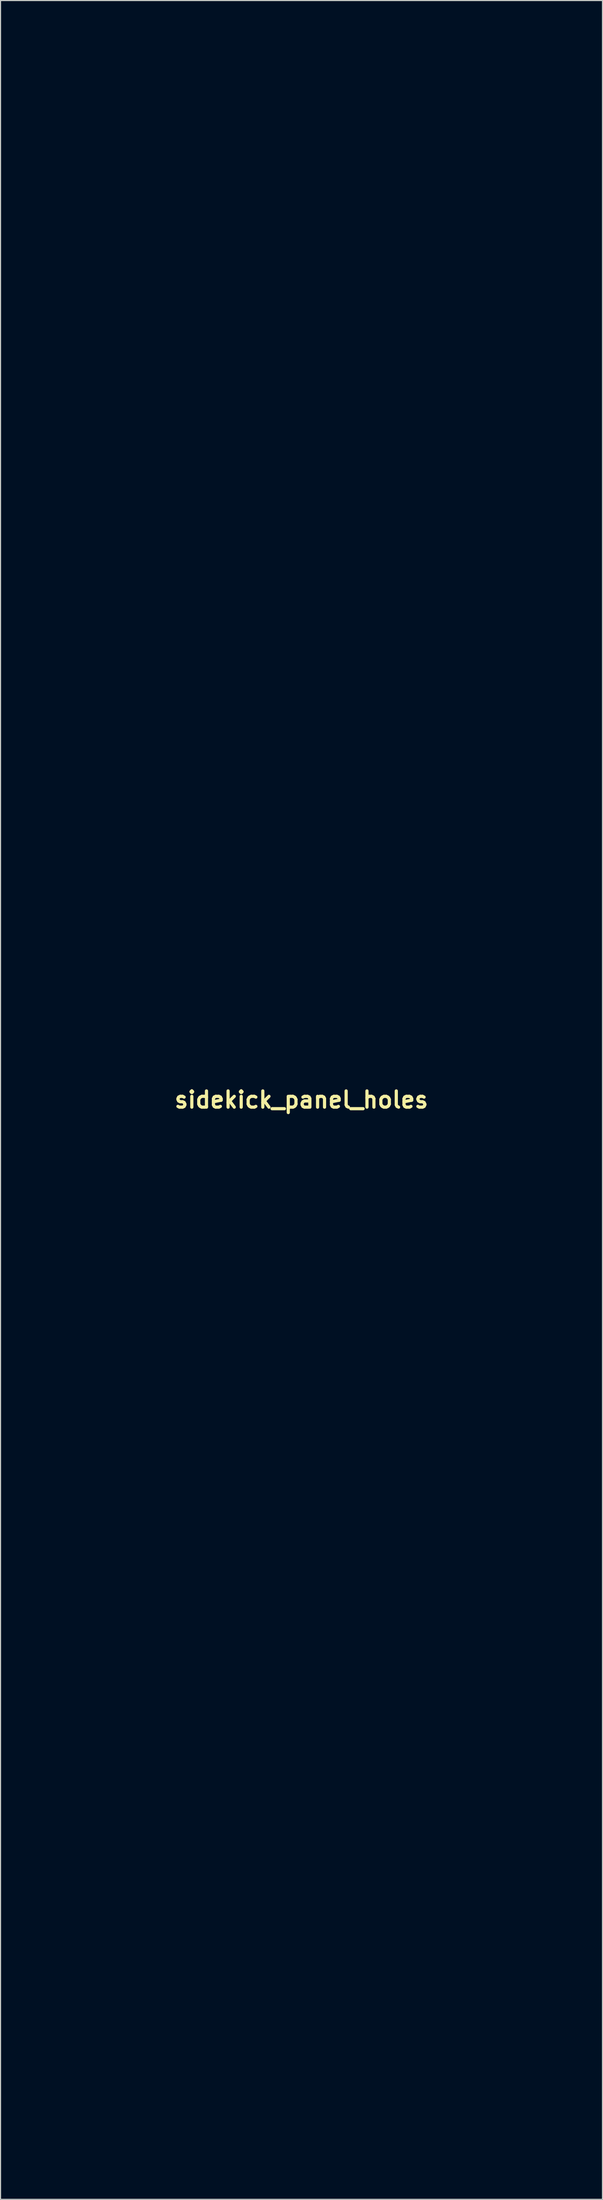
<source format=kicad_pcb>
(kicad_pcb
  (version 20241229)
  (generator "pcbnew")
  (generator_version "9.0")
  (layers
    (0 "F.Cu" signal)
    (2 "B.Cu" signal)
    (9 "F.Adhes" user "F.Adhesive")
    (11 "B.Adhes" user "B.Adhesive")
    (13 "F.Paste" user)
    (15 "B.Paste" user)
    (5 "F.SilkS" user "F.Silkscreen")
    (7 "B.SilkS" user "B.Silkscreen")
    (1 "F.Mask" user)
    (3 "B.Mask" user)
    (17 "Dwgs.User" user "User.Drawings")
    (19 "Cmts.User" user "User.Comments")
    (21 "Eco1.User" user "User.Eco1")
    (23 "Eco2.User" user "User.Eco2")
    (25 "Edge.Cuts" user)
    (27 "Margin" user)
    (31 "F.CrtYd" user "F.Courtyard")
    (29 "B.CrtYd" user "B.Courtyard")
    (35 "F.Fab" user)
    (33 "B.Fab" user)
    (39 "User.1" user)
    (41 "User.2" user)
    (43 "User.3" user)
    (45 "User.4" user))
  (footprint "sidekick_panel_holes"
    (layer "F.Cu")
    (at 25.298 100.304)
    (property "Reference" "sidekick_panel_holes" (at 0 0 0) (layer "F.SilkS") (effects (font (size 1.524 1.524) (thickness 0.3))))
    (attr board_only exclude_from_pos_files exclude_from_bom)
    (fp_poly (pts (xy -12.624 4.877) (xy -14.986 4.877) (xy -14.986 5.131) (xy -12.624 5.131) (xy -12.624 6.502) (xy -17.475 6.502) (xy -17.475 3.505) (xy -12.624 3.505)) (stroke (width 0.1) (type solid)) (fill no) (layer "Eco1.User"))
    (fp_poly (pts (xy -7.493 6.502) (xy -12.344 6.502) (xy -12.344 5.131) (xy -9.982 5.131) (xy -9.982 4.877) (xy -12.344 4.877) (xy -12.344 3.505) (xy -7.493 3.505)) (stroke (width 0.1) (type solid)) (fill no) (layer "Eco1.User"))
    (fp_poly (pts (xy 25.273 100.279) (xy -25.248 100.279) (xy -25.248 99.746) (xy -24.714 99.746) (xy 24.74 99.746) (xy 24.74 -99.72) (xy -24.714 -99.72) (xy -24.714 99.746) (xy -25.248 99.746) (xy -25.248 -100.254) (xy 25.273 -100.254)) (stroke (width 0.1) (type solid)) (fill no) (layer "Eco1.User"))
    (fp_poly (pts (xy 17.125 -28.223) (xy 17.364 -28.162) (xy 17.517 -28.097) (xy 17.723 -27.966) (xy 17.894 -27.804) (xy 18.028 -27.615) (xy 18.123 -27.406) (xy 18.179 -27.184) (xy 18.193 -26.953) (xy 18.164 -26.72) (xy 18.09 -26.491) (xy 17.986 -26.296) (xy 17.836 -26.11) (xy 17.65 -25.957) (xy 17.436 -25.841) (xy 17.199 -25.767) (xy 17.059 -25.742) (xy 16.94 -25.735) (xy 16.818 -25.745) (xy 16.689 -25.77) (xy 16.476 -25.834) (xy 16.289 -25.933) (xy 16.113 -26.073) (xy 16.076 -26.109) (xy 15.915 -26.303) (xy 15.799 -26.514) (xy 15.727 -26.738) (xy 15.715 -26.848) (xy 15.951 -26.848) (xy 16.815 -26.848) (xy 16.815 -25.984) (xy 17.069 -25.984) (xy 17.069 -26.847) (xy 17.507 -26.854) (xy 17.945 -26.86) (xy 17.945 -27.114) (xy 17.069 -27.128) (xy 17.069 -27.991) (xy 16.815 -27.991) (xy 16.815 -27.127) (xy 15.951 -27.127) (xy 15.951 -26.848) (xy 15.715 -26.848) (xy 15.701 -26.969) (xy 15.718 -27.2) (xy 15.781 -27.426) (xy 15.889 -27.64) (xy 16.028 -27.822) (xy 16.216 -27.992) (xy 16.425 -28.118) (xy 16.65 -28.199) (xy 16.885 -28.234)) (stroke (width 0.1) (type solid)) (fill no) (layer "Eco1.User"))
    (fp_poly (pts (xy 17.177 -52.213) (xy 17.404 -52.148) (xy 17.615 -52.042) (xy 17.803 -51.897) (xy 17.947 -51.734) (xy 18.074 -51.524) (xy 18.154 -51.304) (xy 18.191 -51.081) (xy 18.187 -50.858) (xy 18.144 -50.642) (xy 18.065 -50.438) (xy 17.952 -50.25) (xy 17.808 -50.084) (xy 17.634 -49.945) (xy 17.434 -49.839) (xy 17.21 -49.77) (xy 17.02 -49.746) (xy 16.905 -49.744) (xy 16.789 -49.75) (xy 16.701 -49.761) (xy 16.496 -49.827) (xy 16.296 -49.934) (xy 16.112 -50.075) (xy 15.955 -50.242) (xy 15.876 -50.357) (xy 15.772 -50.576) (xy 15.715 -50.803) (xy 15.712 -50.851) (xy 15.951 -50.851) (xy 16.815 -50.851) (xy 16.815 -49.987) (xy 17.069 -49.987) (xy 17.069 -50.851) (xy 17.96 -50.851) (xy 17.945 -51.117) (xy 17.069 -51.131) (xy 17.069 -51.994) (xy 16.815 -51.994) (xy 16.815 -51.13) (xy 15.951 -51.13) (xy 15.951 -50.851) (xy 15.712 -50.851) (xy 15.702 -51.033) (xy 15.733 -51.259) (xy 15.803 -51.476) (xy 15.913 -51.678) (xy 16.059 -51.858) (xy 16.24 -52.011) (xy 16.453 -52.131) (xy 16.475 -52.141) (xy 16.705 -52.211) (xy 16.942 -52.235)) (stroke (width 0.1) (type solid)) (fill no) (layer "Eco1.User"))
    (fp_poly (pts (xy 17.186 -40.21) (xy 17.417 -40.14) (xy 17.628 -40.03) (xy 17.815 -39.883) (xy 17.971 -39.703) (xy 18.09 -39.495) (xy 18.14 -39.364) (xy 18.184 -39.147) (xy 18.189 -38.918) (xy 18.156 -38.69) (xy 18.087 -38.477) (xy 18.011 -38.332) (xy 17.863 -38.145) (xy 17.681 -37.986) (xy 17.474 -37.86) (xy 17.259 -37.779) (xy 17.122 -37.756) (xy 16.958 -37.748) (xy 16.79 -37.755) (xy 16.64 -37.778) (xy 16.614 -37.785) (xy 16.394 -37.869) (xy 16.197 -37.994) (xy 16.027 -38.154) (xy 15.889 -38.342) (xy 15.786 -38.551) (xy 15.723 -38.776) (xy 15.715 -38.862) (xy 15.951 -38.862) (xy 16.815 -38.862) (xy 16.815 -37.998) (xy 17.068 -37.998) (xy 17.075 -38.424) (xy 17.081 -38.849) (xy 17.958 -38.863) (xy 17.958 -39.115) (xy 17.52 -39.122) (xy 17.081 -39.129) (xy 17.075 -39.554) (xy 17.068 -39.98) (xy 16.815 -39.98) (xy 16.815 -39.116) (xy 15.951 -39.116) (xy 15.951 -38.862) (xy 15.715 -38.862) (xy 15.703 -39.011) (xy 15.716 -39.171) (xy 15.777 -39.409) (xy 15.881 -39.625) (xy 16.021 -39.816) (xy 16.194 -39.976) (xy 16.393 -40.101) (xy 16.613 -40.187) (xy 16.85 -40.23) (xy 16.943 -40.233)) (stroke (width 0.1) (type solid)) (fill no) (layer "Eco1.User"))
    (fp_poly (pts (xy 17.107 -16.22) (xy 17.346 -16.169) (xy 17.515 -16.103) (xy 17.624 -16.036) (xy 17.745 -15.938) (xy 17.864 -15.825) (xy 17.965 -15.707) (xy 18.009 -15.646) (xy 18.111 -15.441) (xy 18.172 -15.217) (xy 18.191 -14.983) (xy 18.17 -14.748) (xy 18.107 -14.523) (xy 18.006 -14.322) (xy 17.909 -14.195) (xy 17.785 -14.069) (xy 17.651 -13.959) (xy 17.531 -13.883) (xy 17.328 -13.803) (xy 17.109 -13.756) (xy 16.889 -13.743) (xy 16.683 -13.766) (xy 16.637 -13.778) (xy 16.408 -13.866) (xy 16.204 -13.993) (xy 16.03 -14.153) (xy 15.889 -14.34) (xy 15.785 -14.548) (xy 15.721 -14.773) (xy 15.714 -14.859) (xy 15.951 -14.859) (xy 16.815 -14.859) (xy 16.815 -13.995) (xy 17.068 -13.995) (xy 17.075 -14.421) (xy 17.081 -14.846) (xy 17.958 -14.86) (xy 17.958 -15.112) (xy 17.52 -15.119) (xy 17.081 -15.126) (xy 17.075 -15.551) (xy 17.068 -15.977) (xy 16.815 -15.977) (xy 16.815 -15.113) (xy 15.951 -15.113) (xy 15.951 -14.859) (xy 15.714 -14.859) (xy 15.702 -15.008) (xy 15.716 -15.165) (xy 15.777 -15.403) (xy 15.88 -15.622) (xy 16.022 -15.816) (xy 16.195 -15.979) (xy 16.396 -16.106) (xy 16.62 -16.19) (xy 16.625 -16.192) (xy 16.862 -16.228)) (stroke (width 0.1) (type solid)) (fill no) (layer "Eco1.User"))
    (fp_poly (pts (xy 0.145 10.429) (xy 0.255 10.434) (xy 0.343 10.445) (xy 0.424 10.465) (xy 0.495 10.487) (xy 0.751 10.599) (xy 0.984 10.751) (xy 1.187 10.938) (xy 1.356 11.155) (xy 1.486 11.396) (xy 1.563 11.62) (xy 1.587 11.761) (xy 1.599 11.93) (xy 1.598 12.109) (xy 1.586 12.278) (xy 1.563 12.408) (xy 1.473 12.662) (xy 1.339 12.898) (xy 1.169 13.11) (xy 0.968 13.29) (xy 0.741 13.431) (xy 0.736 13.433) (xy 0.463 13.542) (xy 0.188 13.601) (xy -0.09 13.608) (xy -0.33 13.575) (xy -0.585 13.495) (xy -0.823 13.371) (xy -1.038 13.209) (xy -1.226 13.013) (xy -1.38 12.791) (xy -1.494 12.546) (xy -1.537 12.408) (xy -1.562 12.267) (xy -1.571 12.141) (xy -0.991 12.141) (xy -0.127 12.141) (xy -0.127 13.005) (xy 0.152 13.005) (xy 0.152 12.141) (xy 1.016 12.141) (xy 1.016 11.887) (xy 0.152 11.887) (xy 0.152 11.024) (xy -0.127 11.024) (xy -0.127 11.887) (xy -0.991 11.887) (xy -0.991 12.141) (xy -1.571 12.141) (xy -1.574 12.096) (xy -1.574 11.916) (xy -1.56 11.748) (xy -1.537 11.62) (xy -1.445 11.36) (xy -1.308 11.121) (xy -1.132 10.907) (xy -0.921 10.724) (xy -0.68 10.576) (xy -0.508 10.501) (xy -0.42 10.47) (xy -0.343 10.45) (xy -0.262 10.437) (xy -0.162 10.431) (xy -0.029 10.429) (xy 0 10.428)) (stroke (width 0.1) (type solid)) (fill no) (layer "Eco1.User"))
    (fp_poly (pts (xy -18.858 -7.578) (xy -18.674 -7.558) (xy -18.618 -7.546) (xy -18.349 -7.455) (xy -18.106 -7.323) (xy -17.893 -7.154) (xy -17.713 -6.953) (xy -17.57 -6.725) (xy -17.466 -6.473) (xy -17.406 -6.203) (xy -17.392 -5.982) (xy -17.413 -5.708) (xy -17.476 -5.458) (xy -17.584 -5.224) (xy -17.739 -5.004) (xy -17.868 -4.862) (xy -18.074 -4.682) (xy -18.292 -4.547) (xy -18.531 -4.453) (xy -18.604 -4.433) (xy -18.769 -4.405) (xy -18.96 -4.396) (xy -19.158 -4.406) (xy -19.343 -4.432) (xy -19.403 -4.446) (xy -19.649 -4.536) (xy -19.879 -4.67) (xy -20.086 -4.84) (xy -20.264 -5.042) (xy -20.408 -5.269) (xy -20.512 -5.515) (xy -20.536 -5.6) (xy -20.56 -5.745) (xy -20.568 -5.867) (xy -19.99 -5.867) (xy -19.126 -5.867) (xy -19.126 -5.44) (xy -19.125 -5.297) (xy -19.122 -5.173) (xy -19.118 -5.075) (xy -19.113 -5.012) (xy -19.108 -4.994) (xy -19.074 -4.985) (xy -19.008 -4.982) (xy -18.975 -4.984) (xy -18.86 -4.991) (xy -18.853 -5.429) (xy -18.846 -5.867) (xy -17.983 -5.867) (xy -17.983 -6.121) (xy -18.847 -6.121) (xy -18.847 -6.985) (xy -19.126 -6.985) (xy -19.126 -6.121) (xy -19.99 -6.121) (xy -19.99 -5.867) (xy -20.568 -5.867) (xy -20.571 -5.919) (xy -20.569 -6.102) (xy -20.553 -6.274) (xy -20.535 -6.373) (xy -20.451 -6.623) (xy -20.322 -6.856) (xy -20.155 -7.067) (xy -19.955 -7.249) (xy -19.727 -7.398) (xy -19.476 -7.507) (xy -19.431 -7.522) (xy -19.257 -7.56) (xy -19.059 -7.579)) (stroke (width 0.1) (type solid)) (fill no) (layer "Eco1.User"))
    (fp_poly (pts (xy -19.71 95.407) (xy -19.469 95.409) (xy -19.275 95.413) (xy -19.13 95.418) (xy -19.03 95.425) (xy -19.003 95.427) (xy -18.718 95.489) (xy -18.457 95.595) (xy -18.222 95.74) (xy -18.018 95.923) (xy -17.847 96.141) (xy -17.715 96.39) (xy -17.662 96.531) (xy -17.607 96.769) (xy -17.59 97.025) (xy -17.61 97.28) (xy -17.662 97.5) (xy -17.773 97.763) (xy -17.924 97.997) (xy -18.111 98.197) (xy -18.33 98.362) (xy -18.577 98.488) (xy -18.85 98.573) (xy -19.035 98.604) (xy -19.101 98.609) (xy -19.212 98.613) (xy -19.362 98.616) (xy -19.545 98.619) (xy -19.754 98.621) (xy -19.984 98.622) (xy -20.229 98.623) (xy -20.482 98.624) (xy -20.738 98.624) (xy -20.99 98.623) (xy -21.234 98.622) (xy -21.461 98.62) (xy -21.667 98.617) (xy -21.846 98.614) (xy -21.991 98.611) (xy -22.096 98.607) (xy -22.149 98.603) (xy -22.336 98.574) (xy -22.499 98.529) (xy -22.661 98.459) (xy -22.708 98.435) (xy -22.948 98.282) (xy -23.156 98.094) (xy -23.327 97.875) (xy -23.458 97.631) (xy -23.532 97.411) (xy -23.559 97.258) (xy -23.572 97.078) (xy -23.569 96.89) (xy -23.552 96.716) (xy -23.532 96.619) (xy -23.439 96.357) (xy -23.301 96.116) (xy -23.124 95.902) (xy -22.912 95.72) (xy -22.701 95.591) (xy -22.634 95.556) (xy -22.573 95.527) (xy -22.515 95.502) (xy -22.456 95.481) (xy -22.39 95.464) (xy -22.314 95.45) (xy -22.224 95.439) (xy -22.114 95.43) (xy -21.981 95.424) (xy -21.819 95.419) (xy -21.626 95.416) (xy -21.395 95.413) (xy -21.124 95.411) (xy -20.807 95.409) (xy -20.727 95.409) (xy -20.338 95.407) (xy -19.999 95.406)) (stroke (width 0.1) (type solid)) (fill no) (layer "Eco1.User"))
    (fp_poly (pts (xy -19.832 -98.599) (xy -19.603 -98.597) (xy -19.408 -98.594) (xy -19.244 -98.588) (xy -19.106 -98.58) (xy -18.99 -98.57) (xy -18.892 -98.558) (xy -18.808 -98.542) (xy -18.733 -98.524) (xy -18.665 -98.502) (xy -18.633 -98.49) (xy -18.378 -98.368) (xy -18.15 -98.205) (xy -17.954 -98.005) (xy -17.795 -97.775) (xy -17.677 -97.518) (xy -17.662 -97.474) (xy -17.607 -97.236) (xy -17.59 -96.98) (xy -17.61 -96.725) (xy -17.662 -96.505) (xy -17.773 -96.241) (xy -17.925 -96.006) (xy -18.114 -95.804) (xy -18.288 -95.669) (xy -18.54 -95.53) (xy -18.807 -95.438) (xy -18.984 -95.404) (xy -19.047 -95.399) (xy -19.155 -95.395) (xy -19.302 -95.391) (xy -19.482 -95.388) (xy -19.69 -95.385) (xy -19.918 -95.383) (xy -20.163 -95.381) (xy -20.417 -95.38) (xy -20.674 -95.38) (xy -20.93 -95.381) (xy -21.177 -95.382) (xy -21.411 -95.383) (xy -21.624 -95.386) (xy -21.812 -95.388) (xy -21.969 -95.392) (xy -22.088 -95.396) (xy -22.163 -95.401) (xy -22.174 -95.402) (xy -22.45 -95.464) (xy -22.707 -95.569) (xy -22.939 -95.714) (xy -23.143 -95.895) (xy -23.314 -96.108) (xy -23.447 -96.348) (xy -23.532 -96.594) (xy -23.56 -96.748) (xy -23.572 -96.929) (xy -23.569 -97.118) (xy -23.551 -97.292) (xy -23.532 -97.388) (xy -23.44 -97.645) (xy -23.304 -97.883) (xy -23.128 -98.096) (xy -22.918 -98.279) (xy -22.708 -98.41) (xy -22.641 -98.445) (xy -22.58 -98.475) (xy -22.521 -98.501) (xy -22.461 -98.522) (xy -22.394 -98.54) (xy -22.316 -98.554) (xy -22.222 -98.565) (xy -22.109 -98.574) (xy -21.971 -98.58) (xy -21.805 -98.585) (xy -21.605 -98.589) (xy -21.368 -98.591) (xy -21.089 -98.594) (xy -20.768 -98.596) (xy -20.411 -98.598) (xy -20.1 -98.599)) (stroke (width 0.1) (type solid)) (fill no) (layer "Eco1.User"))
    (fp_poly (pts (xy 20.319 95.406) (xy 20.655 95.408) (xy 20.753 95.409) (xy 21.08 95.411) (xy 21.362 95.413) (xy 21.601 95.415) (xy 21.802 95.418) (xy 21.97 95.423) (xy 22.11 95.429) (xy 22.224 95.436) (xy 22.318 95.446) (xy 22.397 95.459) (xy 22.464 95.475) (xy 22.523 95.495) (xy 22.58 95.518) (xy 22.639 95.546) (xy 22.703 95.578) (xy 22.714 95.583) (xy 22.953 95.731) (xy 23.162 95.915) (xy 23.336 96.132) (xy 23.471 96.373) (xy 23.558 96.619) (xy 23.585 96.773) (xy 23.597 96.955) (xy 23.594 97.143) (xy 23.577 97.318) (xy 23.557 97.414) (xy 23.466 97.668) (xy 23.331 97.905) (xy 23.158 98.118) (xy 22.952 98.3) (xy 22.731 98.438) (xy 22.664 98.472) (xy 22.603 98.502) (xy 22.545 98.527) (xy 22.486 98.548) (xy 22.42 98.565) (xy 22.344 98.579) (xy 22.254 98.59) (xy 22.144 98.598) (xy 22.012 98.604) (xy 21.851 98.609) (xy 21.658 98.612) (xy 21.429 98.614) (xy 21.159 98.615) (xy 20.844 98.617) (xy 20.739 98.617) (xy 20.46 98.618) (xy 20.191 98.618) (xy 19.938 98.617) (xy 19.705 98.616) (xy 19.499 98.614) (xy 19.323 98.612) (xy 19.184 98.609) (xy 19.086 98.606) (xy 19.037 98.603) (xy 18.761 98.547) (xy 18.504 98.446) (xy 18.27 98.304) (xy 18.063 98.125) (xy 17.89 97.912) (xy 17.753 97.67) (xy 17.688 97.5) (xy 17.644 97.319) (xy 17.62 97.114) (xy 17.617 96.907) (xy 17.636 96.716) (xy 17.65 96.647) (xy 17.738 96.39) (xy 17.869 96.15) (xy 18.037 95.935) (xy 18.237 95.75) (xy 18.463 95.603) (xy 18.62 95.531) (xy 18.689 95.505) (xy 18.758 95.483) (xy 18.83 95.464) (xy 18.91 95.448) (xy 19.001 95.435) (xy 19.107 95.425) (xy 19.234 95.417) (xy 19.386 95.411) (xy 19.566 95.408) (xy 19.778 95.406) (xy 20.028 95.405)) (stroke (width 0.1) (type solid)) (fill no) (layer "Eco1.User"))
    (fp_poly (pts (xy 20.954 -98.59) (xy 21.249 -98.59) (xy 21.502 -98.589) (xy 21.717 -98.587) (xy 21.897 -98.584) (xy 22.048 -98.579) (xy 22.172 -98.573) (xy 22.275 -98.564) (xy 22.361 -98.552) (xy 22.434 -98.537) (xy 22.497 -98.519) (xy 22.556 -98.497) (xy 22.614 -98.471) (xy 22.676 -98.441) (xy 22.731 -98.412) (xy 22.962 -98.267) (xy 23.167 -98.084) (xy 23.338 -97.869) (xy 23.472 -97.631) (xy 23.557 -97.388) (xy 23.585 -97.234) (xy 23.597 -97.052) (xy 23.594 -96.863) (xy 23.577 -96.689) (xy 23.558 -96.594) (xy 23.466 -96.337) (xy 23.33 -96.098) (xy 23.156 -95.884) (xy 22.951 -95.701) (xy 22.719 -95.558) (xy 22.717 -95.557) (xy 22.652 -95.525) (xy 22.593 -95.497) (xy 22.537 -95.474) (xy 22.478 -95.454) (xy 22.414 -95.438) (xy 22.338 -95.425) (xy 22.248 -95.414) (xy 22.139 -95.406) (xy 22.007 -95.4) (xy 21.847 -95.396) (xy 21.654 -95.393) (xy 21.426 -95.391) (xy 21.157 -95.389) (xy 20.844 -95.388) (xy 20.701 -95.388) (xy 20.413 -95.387) (xy 20.138 -95.387) (xy 19.881 -95.388) (xy 19.646 -95.389) (xy 19.439 -95.392) (xy 19.263 -95.394) (xy 19.124 -95.398) (xy 19.027 -95.401) (xy 18.979 -95.405) (xy 18.766 -95.455) (xy 18.55 -95.539) (xy 18.344 -95.649) (xy 18.162 -95.778) (xy 18.048 -95.887) (xy 17.887 -96.096) (xy 17.757 -96.329) (xy 17.687 -96.505) (xy 17.632 -96.746) (xy 17.615 -97.003) (xy 17.636 -97.26) (xy 17.688 -97.478) (xy 17.798 -97.736) (xy 17.95 -97.969) (xy 18.14 -98.172) (xy 18.362 -98.341) (xy 18.613 -98.472) (xy 18.823 -98.545) (xy 18.86 -98.554) (xy 18.901 -98.562) (xy 18.951 -98.569) (xy 19.013 -98.574) (xy 19.092 -98.579) (xy 19.192 -98.582) (xy 19.316 -98.585) (xy 19.469 -98.587) (xy 19.655 -98.588) (xy 19.878 -98.589) (xy 20.142 -98.59) (xy 20.45 -98.59) (xy 20.612 -98.59)) (stroke (width 0.1) (type solid)) (fill no) (layer "Eco1.User"))
    (fp_poly (pts (xy -11.79 45.064) (xy -11.316 45.154) (xy -10.853 45.289) (xy -10.404 45.47) (xy -9.973 45.694) (xy -9.563 45.961) (xy -9.177 46.271) (xy -9.059 46.38) (xy -8.706 46.748) (xy -8.397 47.143) (xy -8.131 47.561) (xy -7.91 48.002) (xy -7.735 48.462) (xy -7.607 48.939) (xy -7.526 49.431) (xy -7.494 49.936) (xy -7.493 50.013) (xy -7.518 50.516) (xy -7.591 51.008) (xy -7.711 51.484) (xy -7.877 51.944) (xy -8.087 52.384) (xy -8.339 52.801) (xy -8.632 53.194) (xy -8.965 53.558) (xy -9.337 53.892) (xy -9.745 54.194) (xy -9.889 54.287) (xy -10.298 54.512) (xy -10.737 54.698) (xy -11.202 54.844) (xy -11.653 54.942) (xy -11.828 54.967) (xy -12.036 54.986) (xy -12.261 54.999) (xy -12.489 55.006) (xy -12.705 55.006) (xy -12.894 54.999) (xy -12.992 54.99) (xy -13.501 54.908) (xy -13.989 54.78) (xy -14.457 54.607) (xy -14.902 54.388) (xy -15.322 54.125) (xy -15.717 53.819) (xy -15.948 53.609) (xy -16.224 53.324) (xy -16.461 53.041) (xy -16.67 52.747) (xy -16.859 52.429) (xy -16.931 52.293) (xy -17.131 51.855) (xy -17.284 51.415) (xy -17.392 50.965) (xy -17.455 50.499) (xy -17.47 50.14) (xy -14.986 50.14) (xy -12.624 50.14) (xy -12.624 52.502) (xy -12.344 52.502) (xy -12.344 50.14) (xy -9.982 50.14) (xy -9.982 49.886) (xy -12.344 49.886) (xy -12.344 47.523) (xy -12.624 47.523) (xy -12.624 49.886) (xy -14.986 49.886) (xy -14.986 50.14) (xy -17.47 50.14) (xy -17.475 50.013) (xy -17.451 49.501) (xy -17.378 49.005) (xy -17.258 48.527) (xy -17.091 48.066) (xy -16.878 47.625) (xy -16.619 47.206) (xy -16.315 46.809) (xy -15.966 46.436) (xy -15.947 46.418) (xy -15.587 46.099) (xy -15.214 45.826) (xy -14.822 45.594) (xy -14.402 45.398) (xy -14.198 45.318) (xy -13.723 45.171) (xy -13.241 45.072) (xy -12.756 45.022) (xy -12.271 45.019)) (stroke (width 0.1) (type solid)) (fill no) (layer "Eco1.User"))
    (fp_poly (pts (xy -11.888 20.051) (xy -11.473 20.118) (xy -10.995 20.241) (xy -10.537 20.409) (xy -10.102 20.619) (xy -9.692 20.869) (xy -9.309 21.156) (xy -8.956 21.478) (xy -8.635 21.832) (xy -8.349 22.216) (xy -8.099 22.627) (xy -7.888 23.063) (xy -7.719 23.522) (xy -7.593 23.999) (xy -7.52 24.434) (xy -7.495 24.746) (xy -7.493 25.087) (xy -7.512 25.44) (xy -7.552 25.789) (xy -7.612 26.117) (xy -7.631 26.2) (xy -7.772 26.676) (xy -7.958 27.129) (xy -8.186 27.559) (xy -8.452 27.962) (xy -8.755 28.337) (xy -9.092 28.68) (xy -9.46 28.99) (xy -9.856 29.263) (xy -10.278 29.498) (xy -10.723 29.692) (xy -11.189 29.842) (xy -11.672 29.947) (xy -11.743 29.958) (xy -11.938 29.981) (xy -12.162 29.998) (xy -12.397 30.007) (xy -12.626 30.009) (xy -12.831 30.002) (xy -12.91 29.997) (xy -13.404 29.928) (xy -13.882 29.813) (xy -14.343 29.652) (xy -14.783 29.449) (xy -15.2 29.206) (xy -15.591 28.925) (xy -15.954 28.607) (xy -16.284 28.256) (xy -16.581 27.874) (xy -16.84 27.462) (xy -17.059 27.022) (xy -17.22 26.603) (xy -17.325 26.255) (xy -17.4 25.921) (xy -17.448 25.585) (xy -17.472 25.228) (xy -17.473 25.146) (xy -14.986 25.146) (xy -12.624 25.146) (xy -12.624 27.508) (xy -12.344 27.508) (xy -12.344 25.146) (xy -9.982 25.146) (xy -9.982 24.892) (xy -12.344 24.892) (xy -12.357 22.517) (xy -12.611 22.517) (xy -12.618 23.705) (xy -12.624 24.892) (xy -14.986 24.892) (xy -14.986 25.146) (xy -17.473 25.146) (xy -17.475 25.001) (xy -17.451 24.506) (xy -17.38 24.025) (xy -17.266 23.563) (xy -17.109 23.119) (xy -16.913 22.697) (xy -16.681 22.299) (xy -16.414 21.925) (xy -16.114 21.579) (xy -15.785 21.263) (xy -15.429 20.977) (xy -15.048 20.725) (xy -14.645 20.507) (xy -14.221 20.327) (xy -13.78 20.186) (xy -13.324 20.086) (xy -12.855 20.029) (xy -12.376 20.017)) (stroke (width 0.1) (type solid)) (fill no) (layer "Eco1.User"))
    (fp_poly (pts (xy 12.82 -5.476) (xy 13.318 -5.426) (xy 13.806 -5.331) (xy 14.282 -5.193) (xy 14.743 -5.013) (xy 15.186 -4.792) (xy 15.608 -4.531) (xy 16.006 -4.232) (xy 16.378 -3.895) (xy 16.721 -3.522) (xy 17.031 -3.114) (xy 17.307 -2.672) (xy 17.468 -2.363) (xy 17.67 -1.887) (xy 17.824 -1.4) (xy 17.931 -0.905) (xy 17.991 -0.404) (xy 18.005 0.098) (xy 17.973 0.599) (xy 17.897 1.094) (xy 17.776 1.581) (xy 17.61 2.056) (xy 17.402 2.516) (xy 17.151 2.956) (xy 16.857 3.375) (xy 16.522 3.768) (xy 16.422 3.872) (xy 16.037 4.227) (xy 15.623 4.54) (xy 15.184 4.813) (xy 14.724 5.042) (xy 14.245 5.228) (xy 13.751 5.368) (xy 13.245 5.462) (xy 12.732 5.508) (xy 12.214 5.505) (xy 11.951 5.484) (xy 11.436 5.406) (xy 10.937 5.281) (xy 10.454 5.111) (xy 9.992 4.898) (xy 9.552 4.644) (xy 9.138 4.351) (xy 8.753 4.022) (xy 8.398 3.658) (xy 8.078 3.262) (xy 7.794 2.836) (xy 7.549 2.382) (xy 7.353 1.919) (xy 7.231 1.555) (xy 7.14 1.202) (xy 7.076 0.845) (xy 7.039 0.471) (xy 7.028 0.152) (xy 10.008 0.152) (xy 12.37 0.152) (xy 12.37 2.515) (xy 12.649 2.515) (xy 12.649 0.152) (xy 15.011 0.152) (xy 15.011 -0.127) (xy 12.649 -0.127) (xy 12.649 -2.489) (xy 12.37 -2.489) (xy 12.37 -0.127) (xy 10.008 -0.127) (xy 10.008 0.152) (xy 7.028 0.152) (xy 7.025 0.066) (xy 7.025 0.013) (xy 7.027 -0.258) (xy 7.038 -0.493) (xy 7.057 -0.706) (xy 7.088 -0.913) (xy 7.131 -1.128) (xy 7.187 -1.36) (xy 7.342 -1.859) (xy 7.541 -2.336) (xy 7.782 -2.79) (xy 8.063 -3.217) (xy 8.382 -3.616) (xy 8.735 -3.982) (xy 9.122 -4.315) (xy 9.539 -4.611) (xy 9.984 -4.869) (xy 10.454 -5.084) (xy 10.789 -5.206) (xy 11.297 -5.346) (xy 11.807 -5.437) (xy 12.315 -5.48)) (stroke (width 0.1) (type solid)) (fill no) (layer "Eco1.User"))
    (fp_poly (pts (xy 12.681 44.525) (xy 12.92 44.534) (xy 13.136 44.55) (xy 13.249 44.563) (xy 13.772 44.662) (xy 14.277 44.808) (xy 14.76 44.997) (xy 15.22 45.23) (xy 15.655 45.503) (xy 16.061 45.816) (xy 16.437 46.166) (xy 16.78 46.553) (xy 17.087 46.973) (xy 17.357 47.426) (xy 17.45 47.608) (xy 17.657 48.087) (xy 17.815 48.574) (xy 17.926 49.068) (xy 17.989 49.565) (xy 18.007 50.062) (xy 17.98 50.556) (xy 17.909 51.044) (xy 17.794 51.524) (xy 17.637 51.991) (xy 17.439 52.444) (xy 17.199 52.878) (xy 16.92 53.292) (xy 16.602 53.682) (xy 16.246 54.045) (xy 15.852 54.379) (xy 15.422 54.679) (xy 15.422 54.679) (xy 14.991 54.922) (xy 14.532 55.126) (xy 14.053 55.288) (xy 13.56 55.408) (xy 13.059 55.483) (xy 12.557 55.513) (xy 12.116 55.499) (xy 11.596 55.435) (xy 11.089 55.323) (xy 10.598 55.166) (xy 10.127 54.965) (xy 9.677 54.722) (xy 9.253 54.44) (xy 8.856 54.119) (xy 8.49 53.763) (xy 8.158 53.372) (xy 7.862 52.949) (xy 7.623 52.531) (xy 7.417 52.088) (xy 7.257 51.646) (xy 7.14 51.196) (xy 7.064 50.731) (xy 7.028 50.242) (xy 7.027 50.14) (xy 10.008 50.14) (xy 12.37 50.14) (xy 12.37 52.502) (xy 12.649 52.502) (xy 12.649 50.14) (xy 15.011 50.14) (xy 15.011 49.886) (xy 12.649 49.886) (xy 12.649 47.523) (xy 12.37 47.523) (xy 12.37 49.886) (xy 10.008 49.886) (xy 10.008 50.14) (xy 7.027 50.14) (xy 7.025 50.013) (xy 7.027 49.758) (xy 7.035 49.545) (xy 7.049 49.364) (xy 7.068 49.212) (xy 7.176 48.682) (xy 7.328 48.176) (xy 7.525 47.692) (xy 7.767 47.233) (xy 8.054 46.799) (xy 8.385 46.389) (xy 8.633 46.126) (xy 9.031 45.764) (xy 9.45 45.449) (xy 9.891 45.179) (xy 10.356 44.954) (xy 10.844 44.774) (xy 11.356 44.638) (xy 11.773 44.563) (xy 11.962 44.543) (xy 12.186 44.53) (xy 12.431 44.524)) (stroke (width 0.1) (type solid)) (fill no) (layer "Eco1.User"))
    (fp_poly (pts (xy -11.932 70.048) (xy -11.47 70.122) (xy -11.019 70.238) (xy -10.584 70.394) (xy -10.167 70.589) (xy -9.77 70.821) (xy -9.395 71.089) (xy -9.047 71.389) (xy -8.726 71.722) (xy -8.437 72.084) (xy -8.18 72.475) (xy -7.96 72.892) (xy -7.779 73.334) (xy -7.638 73.799) (xy -7.542 74.286) (xy -7.531 74.366) (xy -7.491 74.862) (xy -7.5 75.355) (xy -7.558 75.843) (xy -7.663 76.32) (xy -7.814 76.785) (xy -8.01 77.233) (xy -8.25 77.662) (xy -8.533 78.067) (xy -8.857 78.446) (xy -8.956 78.547) (xy -9.33 78.888) (xy -9.729 79.184) (xy -10.154 79.436) (xy -10.604 79.644) (xy -11.081 79.81) (xy -11.585 79.932) (xy -11.671 79.948) (xy -11.822 79.969) (xy -12.01 79.984) (xy -12.223 79.995) (xy -12.447 80) (xy -12.669 80) (xy -12.877 79.994) (xy -13.058 79.982) (xy -13.153 79.971) (xy -13.649 79.875) (xy -14.126 79.735) (xy -14.58 79.551) (xy -15.01 79.327) (xy -15.414 79.063) (xy -15.788 78.764) (xy -16.132 78.431) (xy -16.442 78.065) (xy -16.716 77.671) (xy -16.953 77.249) (xy -17.149 76.802) (xy -17.303 76.333) (xy -17.413 75.844) (xy -17.436 75.692) (xy -17.454 75.523) (xy -17.467 75.32) (xy -17.472 75.133) (xy -14.986 75.133) (xy -12.624 75.133) (xy -12.624 77.523) (xy -12.357 77.508) (xy -12.344 75.133) (xy -9.982 75.133) (xy -9.982 74.879) (xy -12.344 74.879) (xy -12.344 72.517) (xy -12.624 72.517) (xy -12.624 74.879) (xy -14.986 74.879) (xy -14.986 75.133) (xy -17.472 75.133) (xy -17.473 75.099) (xy -17.473 74.875) (xy -17.467 74.663) (xy -17.455 74.48) (xy -17.449 74.421) (xy -17.363 73.931) (xy -17.232 73.456) (xy -17.056 73.001) (xy -16.84 72.568) (xy -16.584 72.16) (xy -16.291 71.778) (xy -15.964 71.427) (xy -15.605 71.109) (xy -15.216 70.826) (xy -14.799 70.581) (xy -14.357 70.378) (xy -13.892 70.217) (xy -13.855 70.207) (xy -13.369 70.095) (xy -12.885 70.033) (xy -12.405 70.017)) (stroke (width 0.1) (type solid)) (fill no) (layer "Eco1.User"))
    (fp_poly (pts (xy 13.126 19.551) (xy 13.604 19.624) (xy 13.83 19.675) (xy 14.294 19.814) (xy 14.752 19.996) (xy 15.194 20.217) (xy 15.61 20.472) (xy 15.938 20.713) (xy 16.231 20.968) (xy 16.518 21.256) (xy 16.788 21.565) (xy 17.03 21.883) (xy 17.195 22.133) (xy 17.448 22.596) (xy 17.653 23.07) (xy 17.811 23.554) (xy 17.923 24.044) (xy 17.988 24.537) (xy 18.009 25.031) (xy 17.985 25.523) (xy 17.917 26.009) (xy 17.806 26.487) (xy 17.652 26.954) (xy 17.457 27.407) (xy 17.221 27.842) (xy 16.943 28.258) (xy 16.627 28.652) (xy 16.27 29.019) (xy 15.876 29.358) (xy 15.481 29.641) (xy 15.16 29.831) (xy 14.803 30.006) (xy 14.422 30.162) (xy 14.032 30.293) (xy 13.646 30.393) (xy 13.519 30.419) (xy 13.387 30.443) (xy 13.267 30.461) (xy 13.147 30.474) (xy 13.015 30.483) (xy 12.859 30.489) (xy 12.667 30.494) (xy 12.611 30.495) (xy 12.353 30.496) (xy 12.139 30.493) (xy 11.963 30.484) (xy 11.818 30.47) (xy 11.798 30.467) (xy 11.314 30.379) (xy 10.857 30.256) (xy 10.414 30.092) (xy 10.097 29.948) (xy 9.634 29.694) (xy 9.203 29.401) (xy 8.805 29.072) (xy 8.442 28.709) (xy 8.116 28.316) (xy 7.828 27.894) (xy 7.581 27.445) (xy 7.375 26.974) (xy 7.214 26.481) (xy 7.097 25.97) (xy 7.036 25.531) (xy 7.017 25.146) (xy 10.008 25.146) (xy 12.37 25.146) (xy 12.37 27.508) (xy 12.649 27.508) (xy 12.649 25.146) (xy 15.011 25.146) (xy 15.011 24.892) (xy 12.65 24.892) (xy 12.636 22.517) (xy 12.383 22.517) (xy 12.376 23.705) (xy 12.369 24.892) (xy 10.008 24.892) (xy 10.008 25.146) (xy 7.017 25.146) (xy 7.011 25.021) (xy 7.035 24.512) (xy 7.106 24.007) (xy 7.224 23.51) (xy 7.387 23.027) (xy 7.593 22.561) (xy 7.841 22.115) (xy 8.129 21.695) (xy 8.457 21.305) (xy 8.532 21.225) (xy 8.925 20.852) (xy 9.342 20.525) (xy 9.783 20.242) (xy 10.249 20.004) (xy 10.739 19.81) (xy 11.199 19.673) (xy 11.663 19.58) (xy 12.145 19.529) (xy 12.636 19.519)) (stroke (width 0.1) (type solid)) (fill no) (layer "Eco1.User"))
    (fp_poly (pts (xy 0.103 -30.475) (xy 0.337 -30.465) (xy 0.554 -30.444) (xy 0.739 -30.413) (xy 0.762 -30.408) (xy 1.153 -30.297) (xy 1.51 -30.152) (xy 1.841 -29.97) (xy 2.155 -29.745) (xy 2.458 -29.474) (xy 2.467 -29.465) (xy 2.724 -29.189) (xy 2.936 -28.909) (xy 3.112 -28.613) (xy 3.259 -28.291) (xy 3.329 -28.099) (xy 3.386 -27.924) (xy 3.428 -27.766) (xy 3.458 -27.615) (xy 3.477 -27.456) (xy 3.488 -27.276) (xy 3.492 -27.063) (xy 3.492 -26.988) (xy 3.491 -26.788) (xy 3.486 -26.63) (xy 3.477 -26.502) (xy 3.464 -26.393) (xy 3.446 -26.295) (xy 3.446 -26.295) (xy 3.33 -25.881) (xy 3.171 -25.492) (xy 2.971 -25.129) (xy 2.733 -24.794) (xy 2.458 -24.492) (xy 2.149 -24.223) (xy 1.81 -23.991) (xy 1.442 -23.797) (xy 1.047 -23.646) (xy 0.724 -23.558) (xy 0.65 -23.546) (xy 0.541 -23.535) (xy 0.406 -23.524) (xy 0.255 -23.515) (xy 0.099 -23.507) (xy -0.051 -23.502) (xy -0.185 -23.499) (xy -0.294 -23.5) (xy -0.366 -23.504) (xy -0.381 -23.507) (xy -0.424 -23.515) (xy -0.501 -23.528) (xy -0.597 -23.544) (xy -0.61 -23.546) (xy -0.967 -23.628) (xy -1.323 -23.756) (xy -1.67 -23.926) (xy -2.001 -24.135) (xy -2.307 -24.378) (xy -2.495 -24.558) (xy -2.773 -24.88) (xy -3.006 -25.225) (xy -3.195 -25.595) (xy -3.341 -25.991) (xy -3.421 -26.295) (xy -3.443 -26.435) (xy -3.458 -26.612) (xy -3.467 -26.813) (xy -3.468 -26.848) (xy -0.991 -26.848) (xy -0.127 -26.848) (xy -0.127 -25.959) (xy 0.152 -25.959) (xy 0.152 -26.848) (xy 1.016 -26.848) (xy 1.016 -27.127) (xy 0.152 -27.127) (xy 0.152 -27.94) (xy -0.127 -27.94) (xy -0.127 -27.127) (xy -0.991 -27.127) (xy -0.991 -26.848) (xy -3.468 -26.848) (xy -3.469 -27.025) (xy -3.465 -27.234) (xy -3.454 -27.429) (xy -3.436 -27.594) (xy -3.421 -27.68) (xy -3.309 -28.088) (xy -3.159 -28.466) (xy -2.968 -28.816) (xy -2.734 -29.145) (xy -2.454 -29.455) (xy -2.137 -29.739) (xy -1.801 -29.977) (xy -1.443 -30.169) (xy -1.062 -30.317) (xy -0.656 -30.421) (xy -0.537 -30.443) (xy -0.349 -30.465) (xy -0.13 -30.475)) (stroke (width 0.1) (type solid)) (fill no) (layer "Eco1.User"))
    (fp_poly (pts (xy 0.373 -71.985) (xy 0.879 -71.923) (xy 1.029 -71.895) (xy 1.5 -71.774) (xy 1.956 -71.607) (xy 2.392 -71.396) (xy 2.806 -71.143) (xy 3.195 -70.851) (xy 3.554 -70.523) (xy 3.881 -70.162) (xy 4.173 -69.769) (xy 4.426 -69.347) (xy 4.524 -69.151) (xy 4.714 -68.696) (xy 4.857 -68.223) (xy 4.953 -67.738) (xy 5.001 -67.244) (xy 5 -66.745) (xy 4.951 -66.245) (xy 4.901 -65.964) (xy 4.792 -65.541) (xy 4.638 -65.117) (xy 4.446 -64.702) (xy 4.218 -64.305) (xy 3.962 -63.939) (xy 3.886 -63.843) (xy 3.778 -63.719) (xy 3.646 -63.577) (xy 3.5 -63.43) (xy 3.354 -63.289) (xy 3.217 -63.166) (xy 3.111 -63.078) (xy 2.699 -62.788) (xy 2.263 -62.541) (xy 1.809 -62.34) (xy 1.339 -62.184) (xy 0.857 -62.076) (xy 0.366 -62.015) (xy -0.13 -62.004) (xy -0.518 -62.029) (xy -0.941 -62.095) (xy -1.37 -62.202) (xy -1.794 -62.345) (xy -2.2 -62.521) (xy -2.576 -62.726) (xy -2.705 -62.807) (xy -3.118 -63.108) (xy -3.489 -63.437) (xy -3.822 -63.799) (xy -4.117 -64.194) (xy -4.377 -64.625) (xy -4.472 -64.808) (xy -4.66 -65.233) (xy -4.803 -65.657) (xy -4.902 -66.089) (xy -4.96 -66.538) (xy -4.973 -66.878) (xy -2.489 -66.878) (xy -0.127 -66.878) (xy -0.127 -65.701) (xy -0.127 -65.462) (xy -0.126 -65.237) (xy -0.124 -65.034) (xy -0.122 -64.856) (xy -0.119 -64.71) (xy -0.116 -64.599) (xy -0.112 -64.53) (xy -0.109 -64.506) (xy -0.075 -64.497) (xy -0.009 -64.494) (xy 0.024 -64.496) (xy 0.14 -64.503) (xy 0.153 -66.878) (xy 2.515 -66.878) (xy 2.515 -67.132) (xy 0.152 -67.132) (xy 0.152 -69.494) (xy -0.127 -69.494) (xy -0.127 -67.132) (xy -2.489 -67.132) (xy -2.489 -66.878) (xy -4.973 -66.878) (xy -4.978 -67.005) (xy -4.966 -67.394) (xy -4.928 -67.757) (xy -4.861 -68.11) (xy -4.762 -68.472) (xy -4.724 -68.589) (xy -4.545 -69.048) (xy -4.322 -69.485) (xy -4.058 -69.896) (xy -3.756 -70.279) (xy -3.418 -70.631) (xy -3.048 -70.949) (xy -2.649 -71.23) (xy -2.222 -71.471) (xy -1.772 -71.669) (xy -1.608 -71.728) (xy -1.119 -71.868) (xy -0.626 -71.958) (xy -0.129 -71.997)) (stroke (width 0.1) (type solid)) (fill no) (layer "Eco1.User"))
    (fp_poly (pts (xy 12.738 69.531) (xy 12.978 69.54) (xy 13.193 69.556) (xy 13.363 69.578) (xy 13.889 69.691) (xy 14.394 69.85) (xy 14.877 70.052) (xy 15.334 70.297) (xy 15.764 70.581) (xy 16.165 70.905) (xy 16.533 71.266) (xy 16.868 71.663) (xy 17.167 72.094) (xy 17.382 72.468) (xy 17.6 72.937) (xy 17.772 73.423) (xy 17.896 73.922) (xy 17.974 74.429) (xy 18.005 74.942) (xy 17.989 75.455) (xy 17.925 75.965) (xy 17.813 76.467) (xy 17.653 76.958) (xy 17.643 76.984) (xy 17.431 77.463) (xy 17.179 77.915) (xy 16.889 78.336) (xy 16.564 78.725) (xy 16.208 79.081) (xy 15.821 79.401) (xy 15.408 79.684) (xy 14.971 79.929) (xy 14.513 80.134) (xy 14.036 80.296) (xy 13.543 80.415) (xy 13.038 80.488) (xy 12.522 80.514) (xy 11.998 80.492) (xy 11.976 80.49) (xy 11.48 80.418) (xy 10.987 80.297) (xy 10.504 80.129) (xy 10.033 79.917) (xy 9.582 79.663) (xy 9.154 79.368) (xy 9.075 79.306) (xy 8.945 79.196) (xy 8.794 79.057) (xy 8.633 78.898) (xy 8.473 78.732) (xy 8.323 78.569) (xy 8.195 78.419) (xy 8.131 78.339) (xy 7.834 77.906) (xy 7.583 77.455) (xy 7.378 76.988) (xy 7.218 76.509) (xy 7.104 76.02) (xy 7.036 75.525) (xy 7.018 75.133) (xy 10.008 75.133) (xy 12.37 75.133) (xy 12.37 76.31) (xy 12.37 76.55) (xy 12.371 76.774) (xy 12.373 76.977) (xy 12.375 77.155) (xy 12.377 77.301) (xy 12.38 77.412) (xy 12.384 77.481) (xy 12.387 77.504) (xy 12.42 77.514) (xy 12.486 77.52) (xy 12.526 77.521) (xy 12.649 77.521) (xy 12.649 75.133) (xy 15.011 75.133) (xy 15.011 74.879) (xy 12.649 74.879) (xy 12.649 72.517) (xy 12.37 72.517) (xy 12.37 74.879) (xy 10.008 74.879) (xy 10.008 75.133) (xy 7.018 75.133) (xy 7.013 75.027) (xy 7.035 74.529) (xy 7.103 74.034) (xy 7.216 73.545) (xy 7.374 73.065) (xy 7.578 72.597) (xy 7.826 72.145) (xy 8.12 71.711) (xy 8.312 71.467) (xy 8.66 71.088) (xy 9.043 70.745) (xy 9.457 70.441) (xy 9.9 70.176) (xy 10.37 69.952) (xy 10.865 69.771) (xy 11.382 69.633) (xy 11.595 69.59) (xy 11.773 69.565) (xy 11.99 69.546) (xy 12.231 69.534) (xy 12.484 69.529)) (stroke (width 0.1) (type solid)) (fill no) (layer "Eco1.User")))
  (gr_rect
    (start -3 -3)
    (end 53.621 203.633)
    (stroke (width 0.1) (type default))
    (fill no)
    (layer "Edge.Cuts")))
</source>
